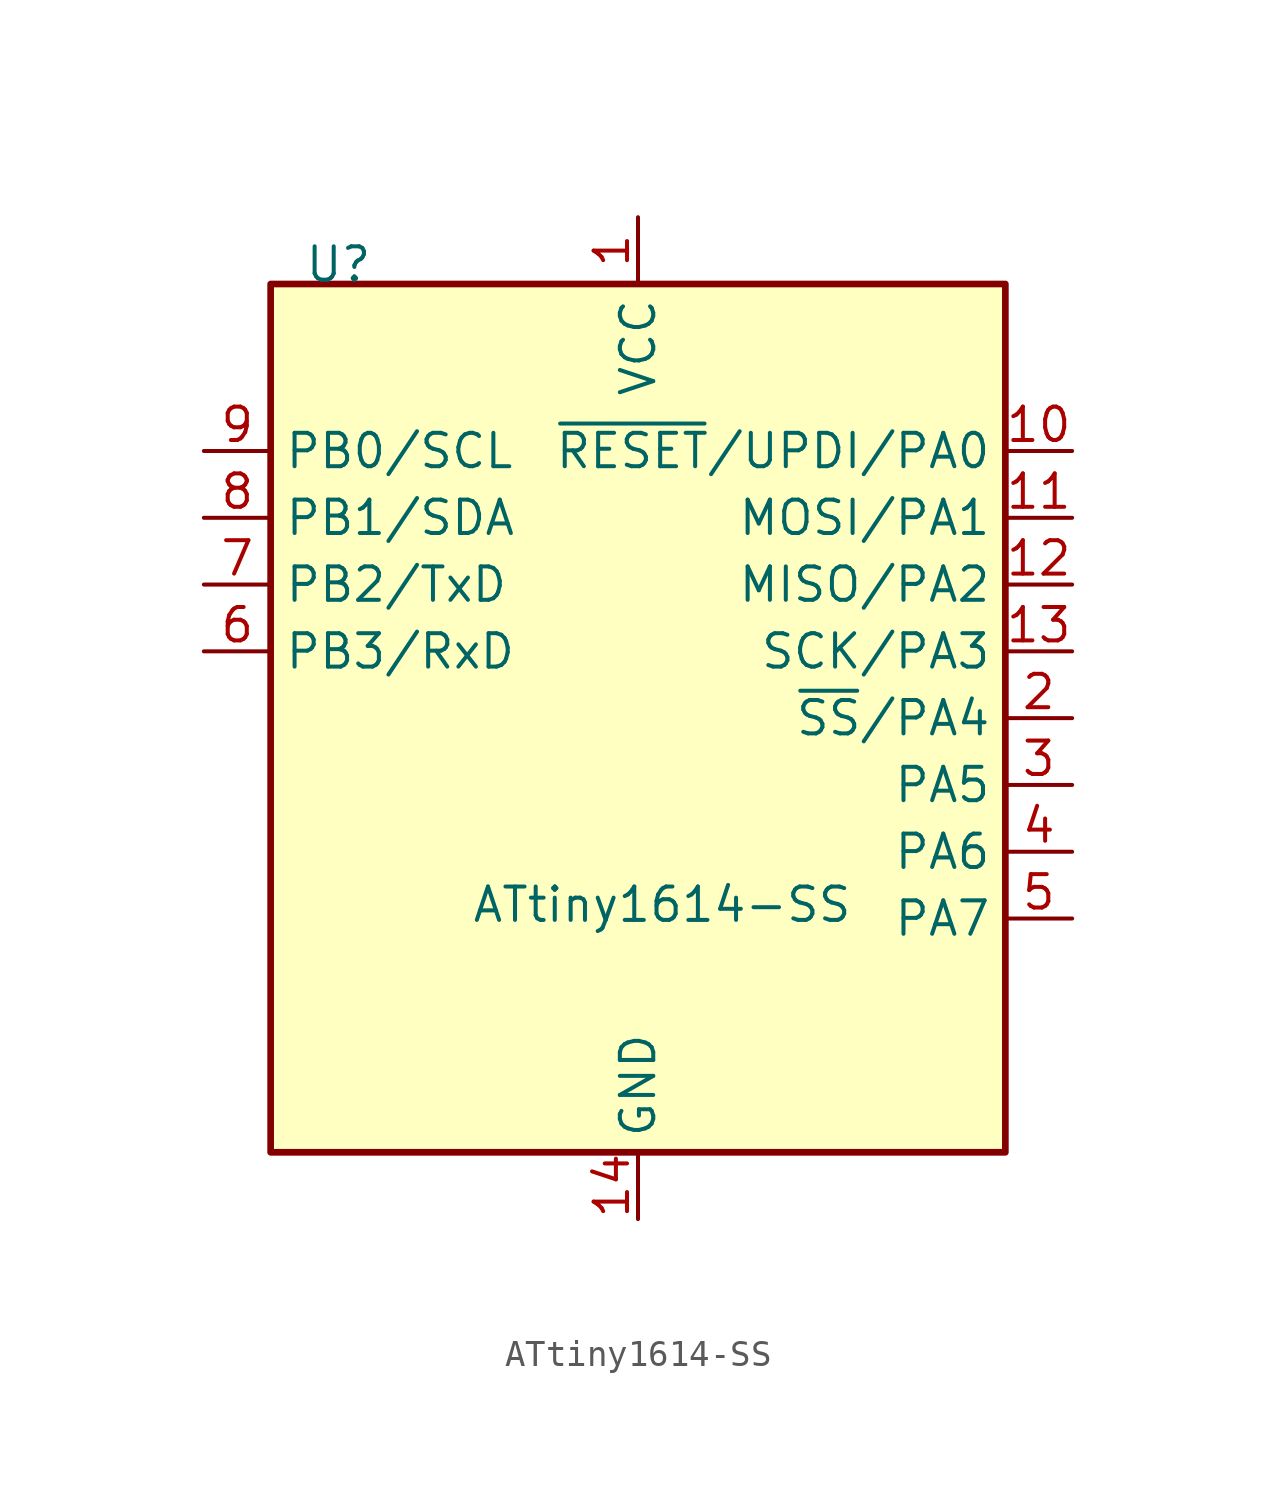
<source format=kicad_sym>
(kicad_symbol_lib
  (version 20211014)
  (generator kicad_symbol_editor)
  (symbol "ATtiny1614-SS"
    (property "Reference" "U"
      (at -12.7 16.51 0)
      (effects (font (size 1.27 1.27)) (justify left bottom)))
    (property "Value" "ATtiny1614-SS"
      (at -6.35 -6.35 0)
      (effects (font (size 1.27 1.27)) (justify left top)))
    (symbol "ATtiny1614-SS_0_1"
      (rectangle (start -13.97 16.51) (end 13.97 -16.51) (stroke (width 0.254) (type default) (color 0 0 0 0)) (fill (type background))))
    (symbol "ATtiny1614-SS_1_1"
      (pin power_in line (at 0 19.05 270) (length 2.54) (name "VCC" (effects (font (size 1.27 1.27)))) (number "1" (effects (font (size 1.27 1.27)))))
      (pin bidirectional line (at 16.51 10.16 180) (length 2.54) (name "~{RESET}/UPDI/PA0" (effects (font (size 1.27 1.27)))) (number "10" (effects (font (size 1.27 1.27)))))
      (pin bidirectional line (at 16.51 7.62 180) (length 2.54) (name "MOSI/PA1" (effects (font (size 1.27 1.27)))) (number "11" (effects (font (size 1.27 1.27)))))
      (pin bidirectional line (at 16.51 5.08 180) (length 2.54) (name "MISO/PA2" (effects (font (size 1.27 1.27)))) (number "12" (effects (font (size 1.27 1.27)))))
      (pin bidirectional line (at 16.51 2.54 180) (length 2.54) (name "SCK/PA3" (effects (font (size 1.27 1.27)))) (number "13" (effects (font (size 1.27 1.27)))))
      (pin power_in line (at 0 -19.05 90) (length 2.54) (name "GND" (effects (font (size 1.27 1.27)))) (number "14" (effects (font (size 1.27 1.27)))))
      (pin bidirectional line (at 16.51 0 180) (length 2.54) (name "~{SS}/PA4" (effects (font (size 1.27 1.27)))) (number "2" (effects (font (size 1.27 1.27)))))
      (pin bidirectional line (at 16.51 -2.54 180) (length 2.54) (name "PA5" (effects (font (size 1.27 1.27)))) (number "3" (effects (font (size 1.27 1.27)))))
      (pin bidirectional line (at 16.51 -5.08 180) (length 2.54) (name "PA6" (effects (font (size 1.27 1.27)))) (number "4" (effects (font (size 1.27 1.27)))))
      (pin bidirectional line (at 16.51 -7.62 180) (length 2.54) (name "PA7" (effects (font (size 1.27 1.27)))) (number "5" (effects (font (size 1.27 1.27)))))
      (pin bidirectional line (at -16.51 2.54 0) (length 2.54) (name "PB3/RxD" (effects (font (size 1.27 1.27)))) (number "6" (effects (font (size 1.27 1.27)))) (alternate "RxD" bidirectional line))
      (pin bidirectional line (at -16.51 5.08 0) (length 2.54) (name "PB2/TxD" (effects (font (size 1.27 1.27)))) (number "7" (effects (font (size 1.27 1.27)))) (alternate "TxD" bidirectional line))
      (pin bidirectional line (at -16.51 7.62 0) (length 2.54) (name "PB1/SDA" (effects (font (size 1.27 1.27)))) (number "8" (effects (font (size 1.27 1.27)))))
      (pin bidirectional line (at -16.51 10.16 0) (length 2.54) (name "PB0/SCL" (effects (font (size 1.27 1.27)))) (number "9" (effects (font (size 1.27 1.27))))))))
</source>
